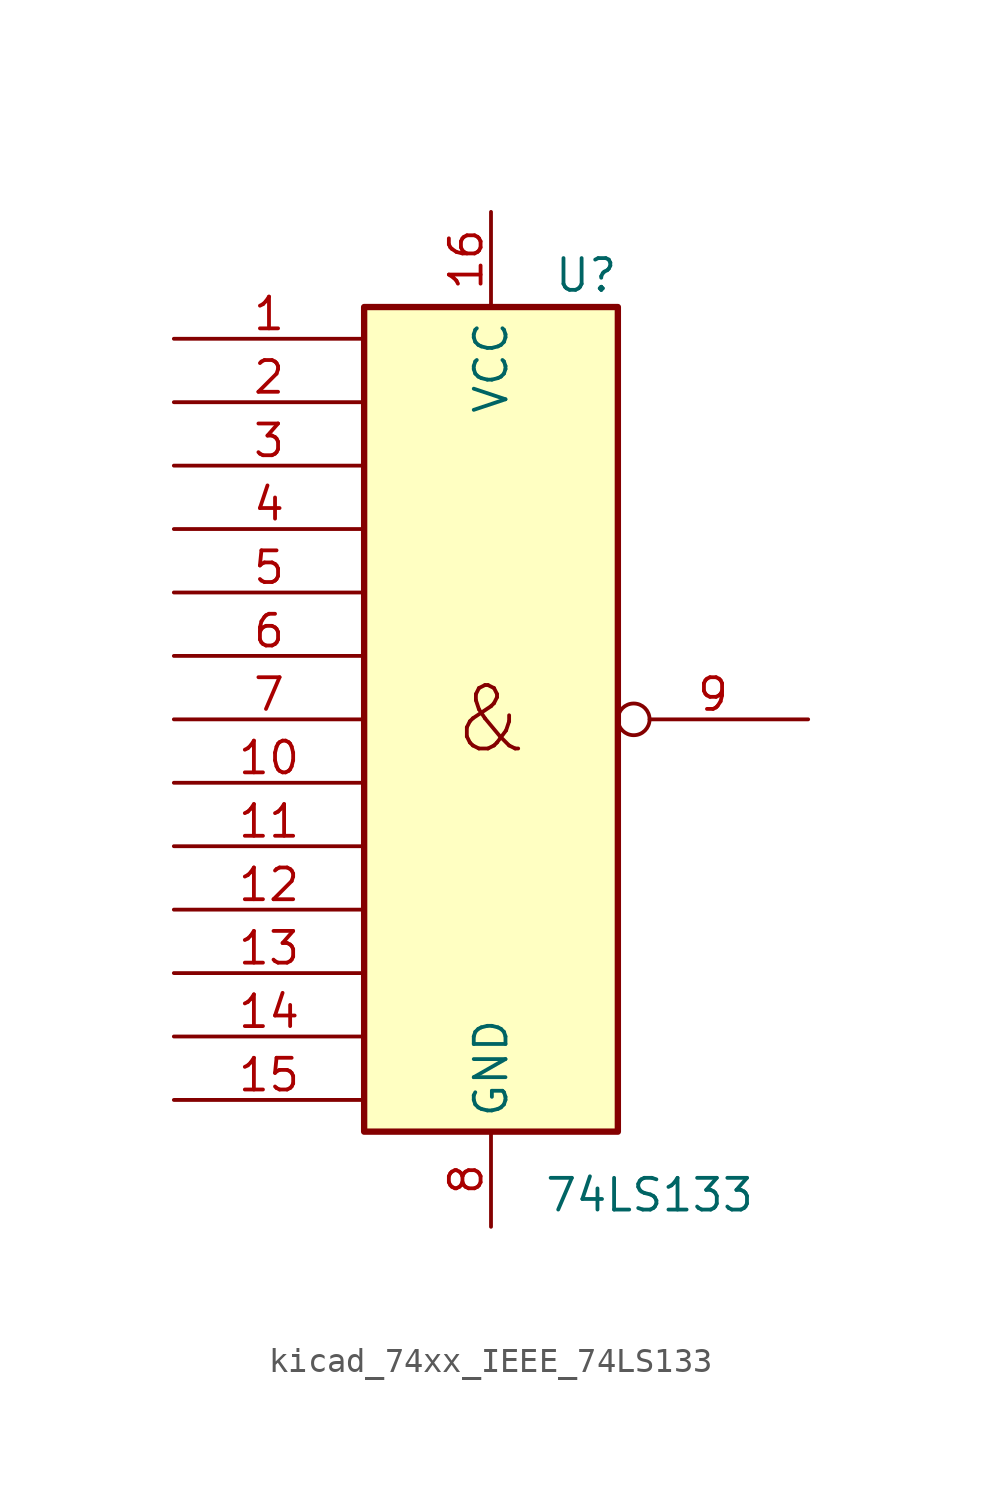
<source format=kicad_sym>
(kicad_symbol_lib
  (version 20220914)
  (generator kicad_symbol_editor)
  (symbol "kicad_74xx_IEEE_74LS133"
    (property "Reference" "U"
      (at 3.81 17.78 0)
      (effects (font (size 1.27 1.27))))
    (property "Value" "74LS133"
      (at 6.35 -19.05 0)
      (effects (font (size 1.27 1.27))))
    (symbol "kicad_74xx_IEEE_74LS133_0_0"
      (text "&" (at 0 0 0) (effects (font (size 2.54 2.54)))))
    (symbol "kicad_74xx_IEEE_74LS133_0_1"
      (rectangle (start -5.08 16.51) (end 5.08 -16.51) (stroke (width 0.254) (type default)) (fill (type background)))
      (pin power_in line (at 0 20.32 270) (length 3.81) (name "VCC" (effects (font (size 1.27 1.27)))) (number "16" (effects (font (size 1.27 1.27)))))
      (pin power_in line (at 0 -20.32 90) (length 3.81) (name "GND" (effects (font (size 1.27 1.27)))) (number "8" (effects (font (size 1.27 1.27))))))
    (symbol "kicad_74xx_IEEE_74LS133_1_1"
      (pin input line (at -12.7 15.24 0) (length 7.62) (name "~" (effects (font (size 1.27 1.27)))) (number "1" (effects (font (size 1.27 1.27)))))
      (pin input line (at -12.7 -2.54 0) (length 7.62) (name "~" (effects (font (size 1.27 1.27)))) (number "10" (effects (font (size 1.27 1.27)))))
      (pin input line (at -12.7 -5.08 0) (length 7.62) (name "~" (effects (font (size 1.27 1.27)))) (number "11" (effects (font (size 1.27 1.27)))))
      (pin input line (at -12.7 -7.62 0) (length 7.62) (name "~" (effects (font (size 1.27 1.27)))) (number "12" (effects (font (size 1.27 1.27)))))
      (pin input line (at -12.7 -10.16 0) (length 7.62) (name "~" (effects (font (size 1.27 1.27)))) (number "13" (effects (font (size 1.27 1.27)))))
      (pin input line (at -12.7 -12.7 0) (length 7.62) (name "~" (effects (font (size 1.27 1.27)))) (number "14" (effects (font (size 1.27 1.27)))))
      (pin input line (at -12.7 -15.24 0) (length 7.62) (name "~" (effects (font (size 1.27 1.27)))) (number "15" (effects (font (size 1.27 1.27)))))
      (pin input line (at -12.7 12.7 0) (length 7.62) (name "~" (effects (font (size 1.27 1.27)))) (number "2" (effects (font (size 1.27 1.27)))))
      (pin input line (at -12.7 10.16 0) (length 7.62) (name "~" (effects (font (size 1.27 1.27)))) (number "3" (effects (font (size 1.27 1.27)))))
      (pin input line (at -12.7 7.62 0) (length 7.62) (name "~" (effects (font (size 1.27 1.27)))) (number "4" (effects (font (size 1.27 1.27)))))
      (pin input line (at -12.7 5.08 0) (length 7.62) (name "~" (effects (font (size 1.27 1.27)))) (number "5" (effects (font (size 1.27 1.27)))))
      (pin input line (at -12.7 2.54 0) (length 7.62) (name "~" (effects (font (size 1.27 1.27)))) (number "6" (effects (font (size 1.27 1.27)))))
      (pin input line (at -12.7 0 0) (length 7.62) (name "~" (effects (font (size 1.27 1.27)))) (number "7" (effects (font (size 1.27 1.27)))))
      (pin output inverted (at 12.7 0 180) (length 7.62) (name "~" (effects (font (size 1.27 1.27)))) (number "9" (effects (font (size 1.27 1.27))))))))
</source>
